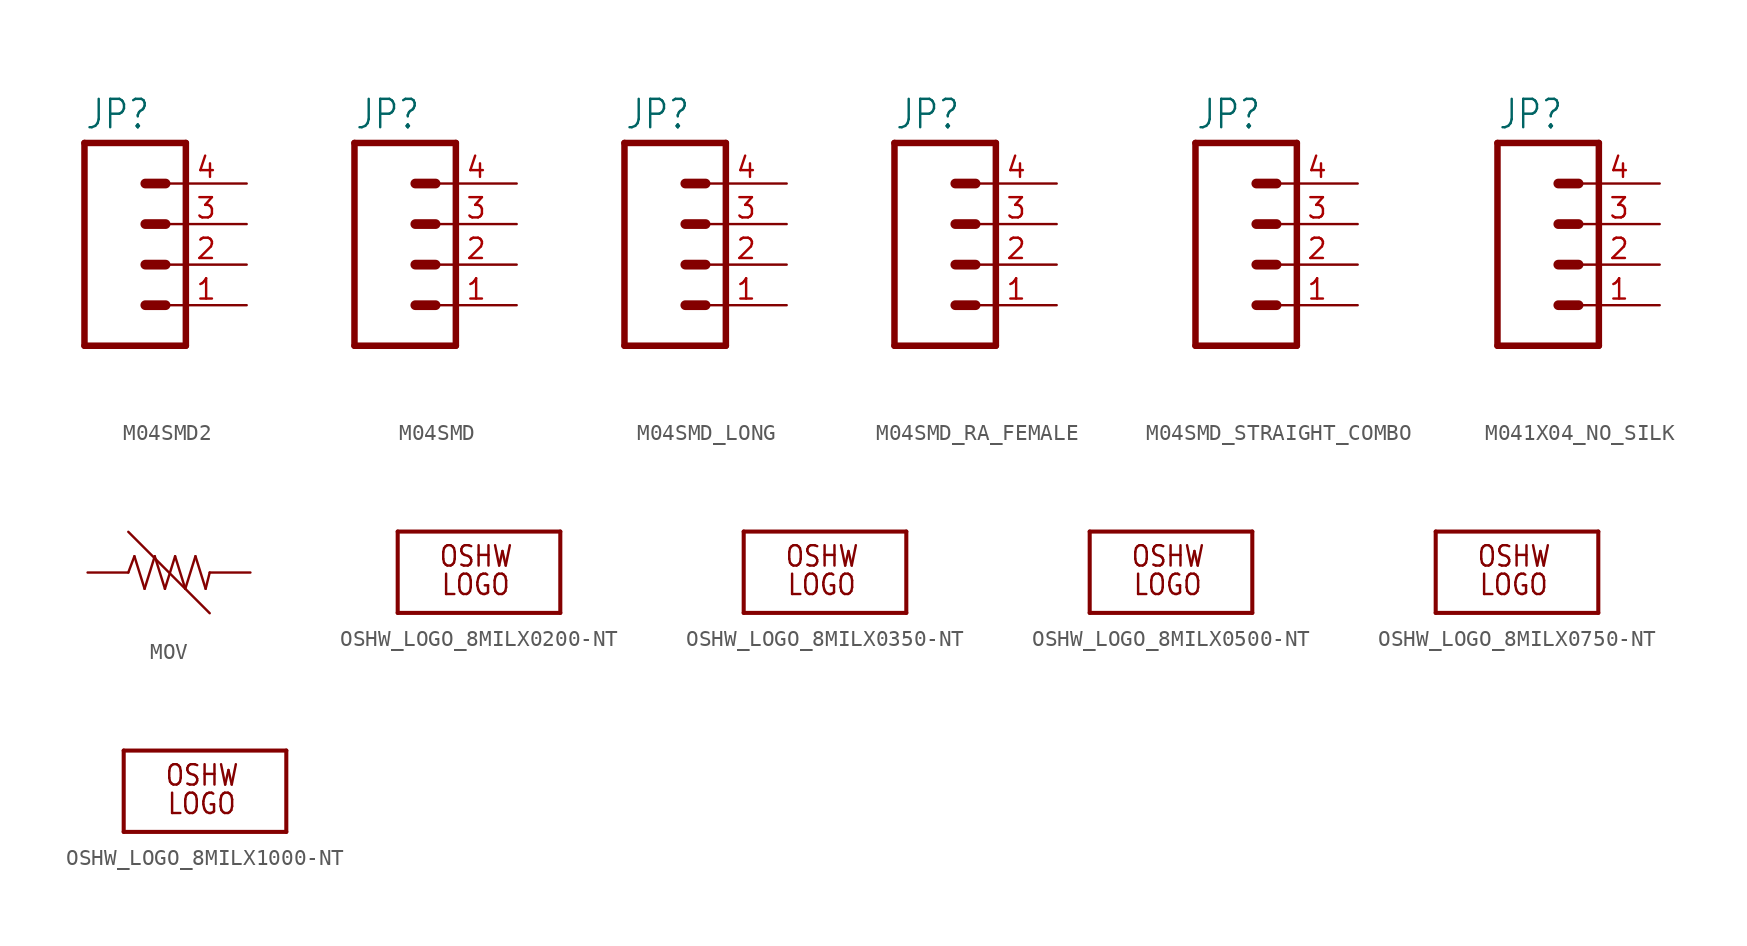
<source format=kicad_sym>
(kicad_symbol_lib
  (version 20220914)
  (generator kicad_symbol_editor)
  (symbol "M04SMD2"
    (property "Reference" "JP"
      (at -5.08 8.382 0)
      (effects (font (size 1.778 1.511)) (justify left bottom)))
    (property "Value" ""
      (at -5.08 -7.62 0)
      (effects (font (size 1.778 1.511)) (justify left bottom)))
    (property "ki_locked" ""
      (at 0 0 0)
      (effects (font (size 1.27 1.27))))
    (symbol "M04SMD2_1_0"
      (polyline (pts (xy -5.08 7.62) (xy -5.08 -5.08)) (stroke (width 0.406) (type solid)) (fill (type none)))
      (polyline (pts (xy -5.08 7.62) (xy 1.27 7.62)) (stroke (width 0.406) (type solid)) (fill (type none)))
      (polyline (pts (xy -1.27 -2.54) (xy 0 -2.54)) (stroke (width 0.61) (type solid)) (fill (type none)))
      (polyline (pts (xy -1.27 0) (xy 0 0)) (stroke (width 0.61) (type solid)) (fill (type none)))
      (polyline (pts (xy -1.27 2.54) (xy 0 2.54)) (stroke (width 0.61) (type solid)) (fill (type none)))
      (polyline (pts (xy -1.27 5.08) (xy 0 5.08)) (stroke (width 0.61) (type solid)) (fill (type none)))
      (polyline (pts (xy 1.27 -5.08) (xy -5.08 -5.08)) (stroke (width 0.406) (type solid)) (fill (type none)))
      (polyline (pts (xy 1.27 -5.08) (xy 1.27 7.62)) (stroke (width 0.406) (type solid)) (fill (type none)))
      (pin passive line (at 5.08 -2.54 180) (length 5.08) (name "1" (effects (font (size 0 0)))) (number "1" (effects (font (size 1.27 1.27)))))
      (pin passive line (at 5.08 0 180) (length 5.08) (name "2" (effects (font (size 0 0)))) (number "2" (effects (font (size 1.27 1.27)))))
      (pin passive line (at 5.08 2.54 180) (length 5.08) (name "3" (effects (font (size 0 0)))) (number "3" (effects (font (size 1.27 1.27)))))
      (pin passive line (at 5.08 5.08 180) (length 5.08) (name "4" (effects (font (size 0 0)))) (number "4" (effects (font (size 1.27 1.27)))))))
  (symbol "M04SMD"
    (property "Reference" "JP"
      (at -5.08 8.382 0)
      (effects (font (size 1.778 1.511)) (justify left bottom)))
    (property "Value" ""
      (at -5.08 -7.62 0)
      (effects (font (size 1.778 1.511)) (justify left bottom)))
    (property "ki_locked" ""
      (at 0 0 0)
      (effects (font (size 1.27 1.27))))
    (symbol "M04SMD_1_0"
      (polyline (pts (xy -5.08 7.62) (xy -5.08 -5.08)) (stroke (width 0.406) (type solid)) (fill (type none)))
      (polyline (pts (xy -5.08 7.62) (xy 1.27 7.62)) (stroke (width 0.406) (type solid)) (fill (type none)))
      (polyline (pts (xy -1.27 -2.54) (xy 0 -2.54)) (stroke (width 0.61) (type solid)) (fill (type none)))
      (polyline (pts (xy -1.27 0) (xy 0 0)) (stroke (width 0.61) (type solid)) (fill (type none)))
      (polyline (pts (xy -1.27 2.54) (xy 0 2.54)) (stroke (width 0.61) (type solid)) (fill (type none)))
      (polyline (pts (xy -1.27 5.08) (xy 0 5.08)) (stroke (width 0.61) (type solid)) (fill (type none)))
      (polyline (pts (xy 1.27 -5.08) (xy -5.08 -5.08)) (stroke (width 0.406) (type solid)) (fill (type none)))
      (polyline (pts (xy 1.27 -5.08) (xy 1.27 7.62)) (stroke (width 0.406) (type solid)) (fill (type none)))
      (pin passive line (at 5.08 -2.54 180) (length 5.08) (name "1" (effects (font (size 0 0)))) (number "1" (effects (font (size 1.27 1.27)))))
      (pin passive line (at 5.08 0 180) (length 5.08) (name "2" (effects (font (size 0 0)))) (number "2" (effects (font (size 1.27 1.27)))))
      (pin passive line (at 5.08 2.54 180) (length 5.08) (name "3" (effects (font (size 0 0)))) (number "3" (effects (font (size 1.27 1.27)))))
      (pin passive line (at 5.08 5.08 180) (length 5.08) (name "4" (effects (font (size 0 0)))) (number "4" (effects (font (size 1.27 1.27)))))))
  (symbol "M04SMD_LONG"
    (property "Reference" "JP"
      (at -5.08 8.382 0)
      (effects (font (size 1.778 1.511)) (justify left bottom)))
    (property "Value" ""
      (at -5.08 -7.62 0)
      (effects (font (size 1.778 1.511)) (justify left bottom)))
    (property "ki_locked" ""
      (at 0 0 0)
      (effects (font (size 1.27 1.27))))
    (symbol "M04SMD_LONG_1_0"
      (polyline (pts (xy -5.08 7.62) (xy -5.08 -5.08)) (stroke (width 0.406) (type solid)) (fill (type none)))
      (polyline (pts (xy -5.08 7.62) (xy 1.27 7.62)) (stroke (width 0.406) (type solid)) (fill (type none)))
      (polyline (pts (xy -1.27 -2.54) (xy 0 -2.54)) (stroke (width 0.61) (type solid)) (fill (type none)))
      (polyline (pts (xy -1.27 0) (xy 0 0)) (stroke (width 0.61) (type solid)) (fill (type none)))
      (polyline (pts (xy -1.27 2.54) (xy 0 2.54)) (stroke (width 0.61) (type solid)) (fill (type none)))
      (polyline (pts (xy -1.27 5.08) (xy 0 5.08)) (stroke (width 0.61) (type solid)) (fill (type none)))
      (polyline (pts (xy 1.27 -5.08) (xy -5.08 -5.08)) (stroke (width 0.406) (type solid)) (fill (type none)))
      (polyline (pts (xy 1.27 -5.08) (xy 1.27 7.62)) (stroke (width 0.406) (type solid)) (fill (type none)))
      (pin passive line (at 5.08 -2.54 180) (length 5.08) (name "1" (effects (font (size 0 0)))) (number "1" (effects (font (size 1.27 1.27)))))
      (pin passive line (at 5.08 0 180) (length 5.08) (name "2" (effects (font (size 0 0)))) (number "2" (effects (font (size 1.27 1.27)))))
      (pin passive line (at 5.08 2.54 180) (length 5.08) (name "3" (effects (font (size 0 0)))) (number "3" (effects (font (size 1.27 1.27)))))
      (pin passive line (at 5.08 5.08 180) (length 5.08) (name "4" (effects (font (size 0 0)))) (number "4" (effects (font (size 1.27 1.27)))))))
  (symbol "M04SMD_RA_FEMALE"
    (property "Reference" "JP"
      (at -5.08 8.382 0)
      (effects (font (size 1.778 1.511)) (justify left bottom)))
    (property "Value" ""
      (at -5.08 -7.62 0)
      (effects (font (size 1.778 1.511)) (justify left bottom)))
    (property "ki_locked" ""
      (at 0 0 0)
      (effects (font (size 1.27 1.27))))
    (symbol "M04SMD_RA_FEMALE_1_0"
      (polyline (pts (xy -5.08 7.62) (xy -5.08 -5.08)) (stroke (width 0.406) (type solid)) (fill (type none)))
      (polyline (pts (xy -5.08 7.62) (xy 1.27 7.62)) (stroke (width 0.406) (type solid)) (fill (type none)))
      (polyline (pts (xy -1.27 -2.54) (xy 0 -2.54)) (stroke (width 0.61) (type solid)) (fill (type none)))
      (polyline (pts (xy -1.27 0) (xy 0 0)) (stroke (width 0.61) (type solid)) (fill (type none)))
      (polyline (pts (xy -1.27 2.54) (xy 0 2.54)) (stroke (width 0.61) (type solid)) (fill (type none)))
      (polyline (pts (xy -1.27 5.08) (xy 0 5.08)) (stroke (width 0.61) (type solid)) (fill (type none)))
      (polyline (pts (xy 1.27 -5.08) (xy -5.08 -5.08)) (stroke (width 0.406) (type solid)) (fill (type none)))
      (polyline (pts (xy 1.27 -5.08) (xy 1.27 7.62)) (stroke (width 0.406) (type solid)) (fill (type none)))
      (pin passive line (at 5.08 -2.54 180) (length 5.08) (name "1" (effects (font (size 0 0)))) (number "1" (effects (font (size 1.27 1.27)))))
      (pin passive line (at 5.08 0 180) (length 5.08) (name "2" (effects (font (size 0 0)))) (number "2" (effects (font (size 1.27 1.27)))))
      (pin passive line (at 5.08 2.54 180) (length 5.08) (name "3" (effects (font (size 0 0)))) (number "3" (effects (font (size 1.27 1.27)))))
      (pin passive line (at 5.08 5.08 180) (length 5.08) (name "4" (effects (font (size 0 0)))) (number "4" (effects (font (size 1.27 1.27)))))))
  (symbol "M04SMD_STRAIGHT_COMBO"
    (property "Reference" "JP"
      (at -5.08 8.382 0)
      (effects (font (size 1.778 1.511)) (justify left bottom)))
    (property "Value" ""
      (at -5.08 -7.62 0)
      (effects (font (size 1.778 1.511)) (justify left bottom)))
    (property "ki_locked" ""
      (at 0 0 0)
      (effects (font (size 1.27 1.27))))
    (symbol "M04SMD_STRAIGHT_COMBO_1_0"
      (polyline (pts (xy -5.08 7.62) (xy -5.08 -5.08)) (stroke (width 0.406) (type solid)) (fill (type none)))
      (polyline (pts (xy -5.08 7.62) (xy 1.27 7.62)) (stroke (width 0.406) (type solid)) (fill (type none)))
      (polyline (pts (xy -1.27 -2.54) (xy 0 -2.54)) (stroke (width 0.61) (type solid)) (fill (type none)))
      (polyline (pts (xy -1.27 0) (xy 0 0)) (stroke (width 0.61) (type solid)) (fill (type none)))
      (polyline (pts (xy -1.27 2.54) (xy 0 2.54)) (stroke (width 0.61) (type solid)) (fill (type none)))
      (polyline (pts (xy -1.27 5.08) (xy 0 5.08)) (stroke (width 0.61) (type solid)) (fill (type none)))
      (polyline (pts (xy 1.27 -5.08) (xy -5.08 -5.08)) (stroke (width 0.406) (type solid)) (fill (type none)))
      (polyline (pts (xy 1.27 -5.08) (xy 1.27 7.62)) (stroke (width 0.406) (type solid)) (fill (type none)))
      (pin passive line (at 5.08 -2.54 180) (length 5.08) (name "1" (effects (font (size 0 0)))) (number "1" (effects (font (size 1.27 1.27)))))
      (pin passive line (at 5.08 0 180) (length 5.08) (name "2" (effects (font (size 0 0)))) (number "2" (effects (font (size 1.27 1.27)))))
      (pin passive line (at 5.08 2.54 180) (length 5.08) (name "3" (effects (font (size 0 0)))) (number "3" (effects (font (size 1.27 1.27)))))
      (pin passive line (at 5.08 5.08 180) (length 5.08) (name "4" (effects (font (size 0 0)))) (number "4" (effects (font (size 1.27 1.27)))))))
  (symbol "M041X04_NO_SILK"
    (property "Reference" "JP"
      (at -5.08 8.382 0)
      (effects (font (size 1.778 1.511)) (justify left bottom)))
    (property "Value" ""
      (at -5.08 -7.62 0)
      (effects (font (size 1.778 1.511)) (justify left bottom)))
    (property "ki_locked" ""
      (at 0 0 0)
      (effects (font (size 1.27 1.27))))
    (symbol "M041X04_NO_SILK_1_0"
      (polyline (pts (xy -5.08 7.62) (xy -5.08 -5.08)) (stroke (width 0.406) (type solid)) (fill (type none)))
      (polyline (pts (xy -5.08 7.62) (xy 1.27 7.62)) (stroke (width 0.406) (type solid)) (fill (type none)))
      (polyline (pts (xy -1.27 -2.54) (xy 0 -2.54)) (stroke (width 0.61) (type solid)) (fill (type none)))
      (polyline (pts (xy -1.27 0) (xy 0 0)) (stroke (width 0.61) (type solid)) (fill (type none)))
      (polyline (pts (xy -1.27 2.54) (xy 0 2.54)) (stroke (width 0.61) (type solid)) (fill (type none)))
      (polyline (pts (xy -1.27 5.08) (xy 0 5.08)) (stroke (width 0.61) (type solid)) (fill (type none)))
      (polyline (pts (xy 1.27 -5.08) (xy -5.08 -5.08)) (stroke (width 0.406) (type solid)) (fill (type none)))
      (polyline (pts (xy 1.27 -5.08) (xy 1.27 7.62)) (stroke (width 0.406) (type solid)) (fill (type none)))
      (pin passive line (at 5.08 -2.54 180) (length 5.08) (name "1" (effects (font (size 0 0)))) (number "1" (effects (font (size 1.27 1.27)))))
      (pin passive line (at 5.08 0 180) (length 5.08) (name "2" (effects (font (size 0 0)))) (number "2" (effects (font (size 1.27 1.27)))))
      (pin passive line (at 5.08 2.54 180) (length 5.08) (name "3" (effects (font (size 0 0)))) (number "3" (effects (font (size 1.27 1.27)))))
      (pin passive line (at 5.08 5.08 180) (length 5.08) (name "4" (effects (font (size 0 0)))) (number "4" (effects (font (size 1.27 1.27)))))))
  (symbol "MOV"
    (property "Reference" ""
      (at -29.21 9.119 0)
      (effects (font (size 1.778 1.511)) (justify left bottom) hide))
    (property "Value" ""
      (at -29.21 4.318 0)
      (effects (font (size 1.778 1.511)) (justify left bottom)))
    (property "ki_locked" ""
      (at 0 0 0)
      (effects (font (size 1.27 1.27))))
    (symbol "MOV_1_0"
      (polyline (pts (xy -27.94 7.62) (xy -27.559 8.636)) (stroke (width 0.152) (type solid)) (fill (type none)))
      (polyline (pts (xy -27.94 10.16) (xy -22.86 5.08)) (stroke (width 0.152) (type solid)) (fill (type none)))
      (polyline (pts (xy -27.559 8.636) (xy -26.924 6.604)) (stroke (width 0.152) (type solid)) (fill (type none)))
      (polyline (pts (xy -26.924 6.604) (xy -26.289 8.636)) (stroke (width 0.152) (type solid)) (fill (type none)))
      (polyline (pts (xy -26.289 8.636) (xy -25.654 6.604)) (stroke (width 0.152) (type solid)) (fill (type none)))
      (polyline (pts (xy -25.654 6.604) (xy -25.019 8.636)) (stroke (width 0.152) (type solid)) (fill (type none)))
      (polyline (pts (xy -25.019 8.636) (xy -24.384 6.604)) (stroke (width 0.152) (type solid)) (fill (type none)))
      (polyline (pts (xy -24.384 6.604) (xy -23.749 8.636)) (stroke (width 0.152) (type solid)) (fill (type none)))
      (polyline (pts (xy -23.749 8.636) (xy -23.114 6.604)) (stroke (width 0.152) (type solid)) (fill (type none)))
      (polyline (pts (xy -23.114 6.604) (xy -22.86 7.62)) (stroke (width 0.152) (type solid)) (fill (type none)))
      (pin passive line (at -30.48 7.62 0) (length 2.54) (name "1" (effects (font (size 0 0)))) (number "P$1" (effects (font (size 0 0)))))
      (pin passive line (at -20.32 7.62 180) (length 2.54) (name "2" (effects (font (size 0 0)))) (number "P$2" (effects (font (size 0 0)))))))
  (symbol "OSHW_LOGO_8MILX0200-NT"
    (property "Reference" "LOGO"
      (at 0 0 0)
      (effects (font (size 1.27 1.27)) hide))
    (property "ki_locked" ""
      (at 0 0 0)
      (effects (font (size 1.27 1.27))))
    (symbol "OSHW_LOGO_8MILX0200-NT_1_0"
      (polyline (pts (xy -5.08 -2.54) (xy -5.08 2.54)) (stroke (width 0.254) (type solid)) (fill (type none)))
      (polyline (pts (xy -5.08 2.54) (xy 5.08 2.54)) (stroke (width 0.254) (type solid)) (fill (type none)))
      (polyline (pts (xy 5.08 -2.54) (xy -5.08 -2.54)) (stroke (width 0.254) (type solid)) (fill (type none)))
      (polyline (pts (xy 5.08 2.54) (xy 5.08 -2.54)) (stroke (width 0.254) (type solid)) (fill (type none)))
      (text "LOGO" (at -2.413 -1.524 0) (effects (font (size 1.27 1.079)) (justify left bottom)))
      (text "OSHW" (at -2.54 0.254 0) (effects (font (size 1.27 1.079)) (justify left bottom)))))
  (symbol "OSHW_LOGO_8MILX0350-NT"
    (property "Reference" "LOGO"
      (at 0 0 0)
      (effects (font (size 1.27 1.27)) hide))
    (property "ki_locked" ""
      (at 0 0 0)
      (effects (font (size 1.27 1.27))))
    (symbol "OSHW_LOGO_8MILX0350-NT_1_0"
      (polyline (pts (xy -5.08 -2.54) (xy -5.08 2.54)) (stroke (width 0.254) (type solid)) (fill (type none)))
      (polyline (pts (xy -5.08 2.54) (xy 5.08 2.54)) (stroke (width 0.254) (type solid)) (fill (type none)))
      (polyline (pts (xy 5.08 -2.54) (xy -5.08 -2.54)) (stroke (width 0.254) (type solid)) (fill (type none)))
      (polyline (pts (xy 5.08 2.54) (xy 5.08 -2.54)) (stroke (width 0.254) (type solid)) (fill (type none)))
      (text "LOGO" (at -2.413 -1.524 0) (effects (font (size 1.27 1.079)) (justify left bottom)))
      (text "OSHW" (at -2.54 0.254 0) (effects (font (size 1.27 1.079)) (justify left bottom)))))
  (symbol "OSHW_LOGO_8MILX0500-NT"
    (property "Reference" "LOGO"
      (at 0 0 0)
      (effects (font (size 1.27 1.27)) hide))
    (property "ki_locked" ""
      (at 0 0 0)
      (effects (font (size 1.27 1.27))))
    (symbol "OSHW_LOGO_8MILX0500-NT_1_0"
      (polyline (pts (xy -5.08 -2.54) (xy -5.08 2.54)) (stroke (width 0.254) (type solid)) (fill (type none)))
      (polyline (pts (xy -5.08 2.54) (xy 5.08 2.54)) (stroke (width 0.254) (type solid)) (fill (type none)))
      (polyline (pts (xy 5.08 -2.54) (xy -5.08 -2.54)) (stroke (width 0.254) (type solid)) (fill (type none)))
      (polyline (pts (xy 5.08 2.54) (xy 5.08 -2.54)) (stroke (width 0.254) (type solid)) (fill (type none)))
      (text "LOGO" (at -2.413 -1.524 0) (effects (font (size 1.27 1.079)) (justify left bottom)))
      (text "OSHW" (at -2.54 0.254 0) (effects (font (size 1.27 1.079)) (justify left bottom)))))
  (symbol "OSHW_LOGO_8MILX0750-NT"
    (property "Reference" "LOGO"
      (at 0 0 0)
      (effects (font (size 1.27 1.27)) hide))
    (property "ki_locked" ""
      (at 0 0 0)
      (effects (font (size 1.27 1.27))))
    (symbol "OSHW_LOGO_8MILX0750-NT_1_0"
      (polyline (pts (xy -5.08 -2.54) (xy -5.08 2.54)) (stroke (width 0.254) (type solid)) (fill (type none)))
      (polyline (pts (xy -5.08 2.54) (xy 5.08 2.54)) (stroke (width 0.254) (type solid)) (fill (type none)))
      (polyline (pts (xy 5.08 -2.54) (xy -5.08 -2.54)) (stroke (width 0.254) (type solid)) (fill (type none)))
      (polyline (pts (xy 5.08 2.54) (xy 5.08 -2.54)) (stroke (width 0.254) (type solid)) (fill (type none)))
      (text "LOGO" (at -2.413 -1.524 0) (effects (font (size 1.27 1.079)) (justify left bottom)))
      (text "OSHW" (at -2.54 0.254 0) (effects (font (size 1.27 1.079)) (justify left bottom)))))
  (symbol "OSHW_LOGO_8MILX1000-NT"
    (property "Reference" "LOGO"
      (at 0 0 0)
      (effects (font (size 1.27 1.27)) hide))
    (property "ki_locked" ""
      (at 0 0 0)
      (effects (font (size 1.27 1.27))))
    (symbol "OSHW_LOGO_8MILX1000-NT_1_0"
      (polyline (pts (xy -5.08 -2.54) (xy -5.08 2.54)) (stroke (width 0.254) (type solid)) (fill (type none)))
      (polyline (pts (xy -5.08 2.54) (xy 5.08 2.54)) (stroke (width 0.254) (type solid)) (fill (type none)))
      (polyline (pts (xy 5.08 -2.54) (xy -5.08 -2.54)) (stroke (width 0.254) (type solid)) (fill (type none)))
      (polyline (pts (xy 5.08 2.54) (xy 5.08 -2.54)) (stroke (width 0.254) (type solid)) (fill (type none)))
      (text "LOGO" (at -2.413 -1.524 0) (effects (font (size 1.27 1.079)) (justify left bottom)))
      (text "OSHW" (at -2.54 0.254 0) (effects (font (size 1.27 1.079)) (justify left bottom))))))
</source>
